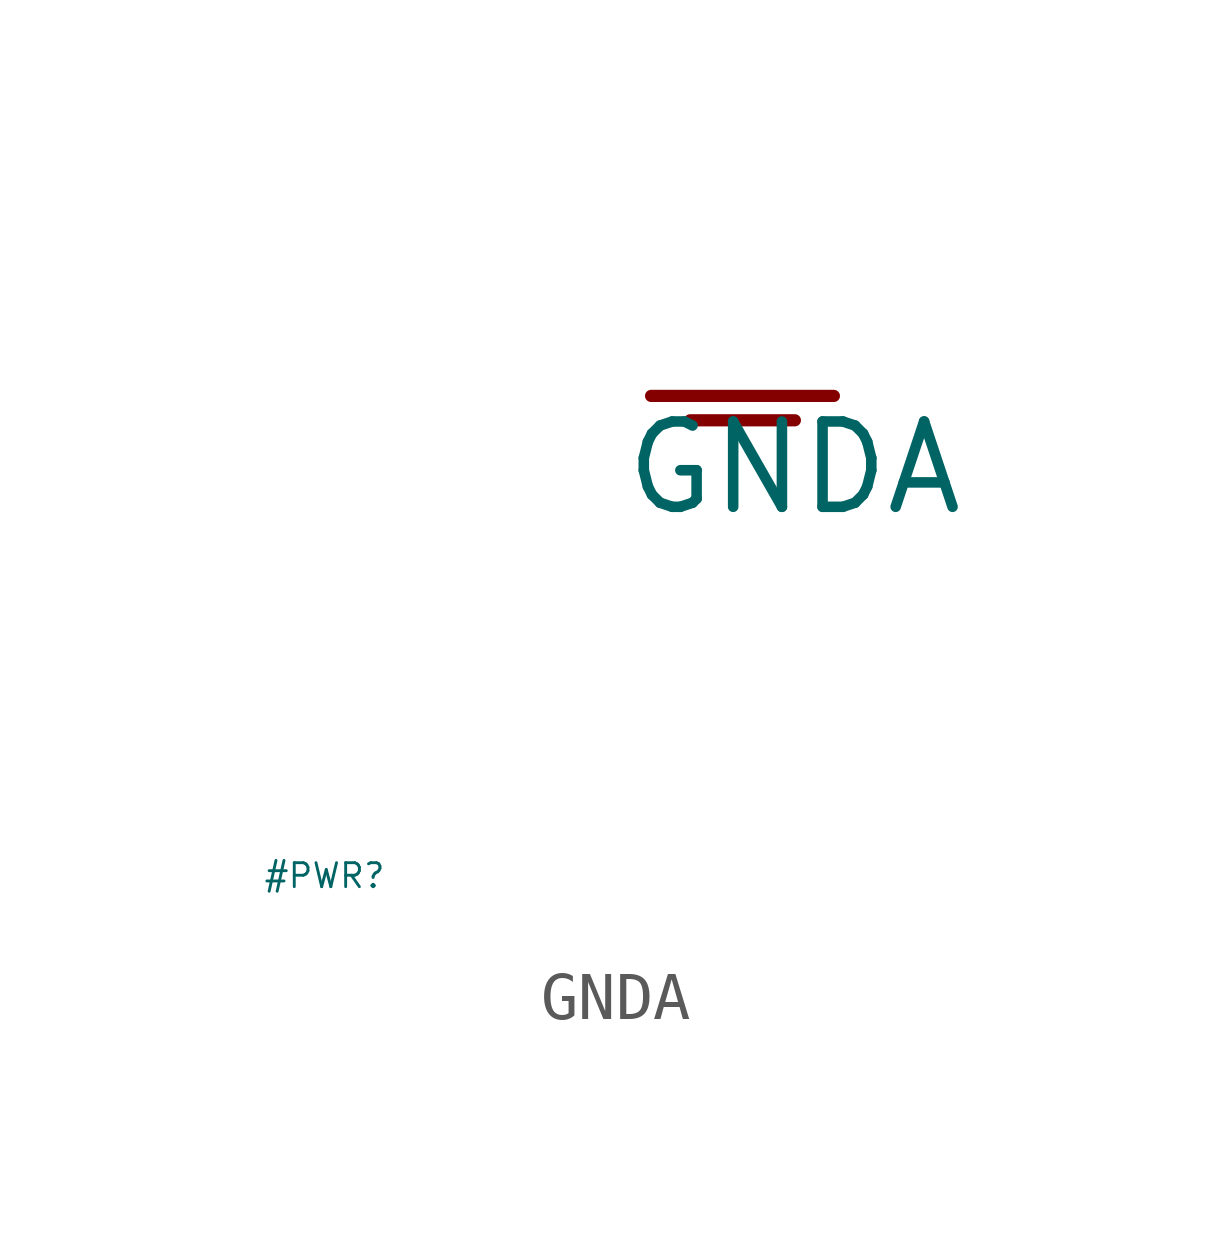
<source format=kicad_sym>
(kicad_symbol_lib
  (version 20220914)
  (generator Eagle2Kicad)
  (symbol "GNDA"
    (power)
    (pin_names
      (offset 0))
    (property "Reference" "#PWR"
      (at -10 -10 0)
      (effects (font (size 0.5 0.5) (thickness 0.06)) (justify left)))
    (property "Value" "GNDA"
      (at -2.54 -2.54 0)
      (effects (font (size 1.778 1.778) (thickness 0.22)) (justify left bottom)))
    (polyline
      (pts (xy -1.905 0) (xy 1.905 0))
      (stroke (width 0.254) (type default))
      (fill (type none)))
    (polyline
      (pts (xy -1.092 -0.508) (xy 1.092 -0.508))
      (stroke (width 0.254) (type default))
      (fill (type none)))
    (pin power_in line
      (at 0 2.54 270)
      (length 2.54) hide
      (name "GNDA" (effects (font (size 0.635 0.635) (thickness 0.08)) (justify left bottom)))
      (number "1" (effects (font (size 0.635 0.635) (thickness 0.08)) (justify left bottom))))))
</source>
